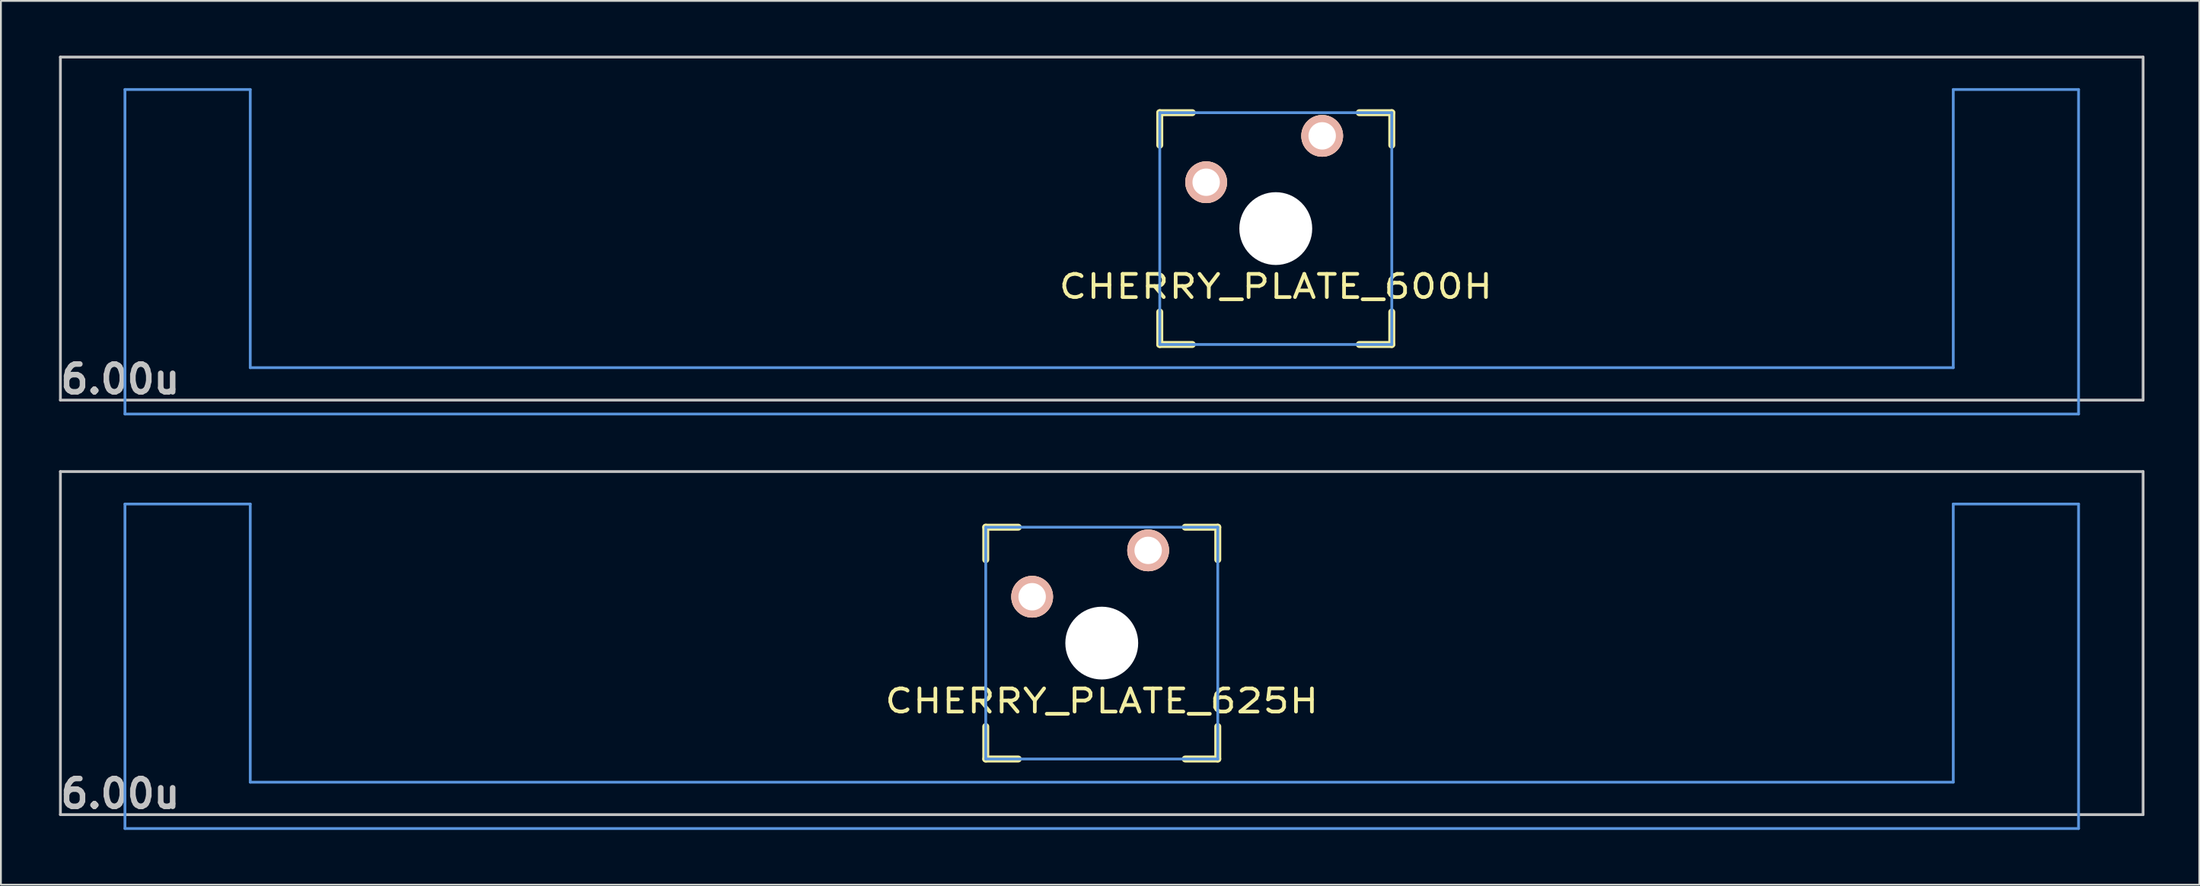
<source format=kicad_pcb>
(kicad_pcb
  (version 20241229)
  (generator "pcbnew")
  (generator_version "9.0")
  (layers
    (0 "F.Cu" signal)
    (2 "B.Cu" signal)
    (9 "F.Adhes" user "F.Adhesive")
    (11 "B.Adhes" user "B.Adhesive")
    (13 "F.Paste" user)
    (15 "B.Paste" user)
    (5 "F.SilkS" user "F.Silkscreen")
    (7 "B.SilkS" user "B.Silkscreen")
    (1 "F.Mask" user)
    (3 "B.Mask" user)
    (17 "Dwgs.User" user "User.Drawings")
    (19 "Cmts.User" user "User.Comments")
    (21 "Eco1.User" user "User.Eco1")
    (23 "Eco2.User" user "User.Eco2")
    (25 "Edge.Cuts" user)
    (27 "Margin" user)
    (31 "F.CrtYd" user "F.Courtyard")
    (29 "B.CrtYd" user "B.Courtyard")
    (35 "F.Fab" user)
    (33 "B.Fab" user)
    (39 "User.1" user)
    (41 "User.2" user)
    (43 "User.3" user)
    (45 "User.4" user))
  (footprint "CHERRY_PLATE_600H"
    (layer "F.Cu")
    (at 66.782 9.474)
    (property "Reference" "CHERRY_PLATE_600H" (at 0 3.175 0) (layer "F.SilkS") (effects (font (size 1.27 1.524) (thickness 0.203))))
    (attr through_hole)
    (fp_line (start -6.35 -6.35) (end -4.572 -6.35) (stroke (width 0.381) (type solid)) (layer "F.SilkS"))
    (fp_line (start -6.35 -4.572) (end -6.35 -6.35) (stroke (width 0.381) (type solid)) (layer "F.SilkS"))
    (fp_line (start -6.35 6.35) (end -6.35 4.572) (stroke (width 0.381) (type solid)) (layer "F.SilkS"))
    (fp_line (start -4.572 6.35) (end -6.35 6.35) (stroke (width 0.381) (type solid)) (layer "F.SilkS"))
    (fp_line (start 4.572 -6.35) (end 6.35 -6.35) (stroke (width 0.381) (type solid)) (layer "F.SilkS"))
    (fp_line (start 6.35 -6.35) (end 6.35 -4.572) (stroke (width 0.381) (type solid)) (layer "F.SilkS"))
    (fp_line (start 6.35 4.572) (end 6.35 6.35) (stroke (width 0.381) (type solid)) (layer "F.SilkS"))
    (fp_line (start 6.35 6.35) (end 4.572 6.35) (stroke (width 0.381) (type solid)) (layer "F.SilkS"))
    (fp_line (start -66.525 -9.398) (end 47.475 -9.398) (stroke (width 0.152) (type solid)) (layer "Dwgs.User"))
    (fp_line (start -66.525 9.398) (end -66.525 -9.398) (stroke (width 0.152) (type solid)) (layer "Dwgs.User"))
    (fp_line (start 47.475 -9.398) (end 47.475 9.398) (stroke (width 0.152) (type solid)) (layer "Dwgs.User"))
    (fp_line (start 47.475 9.398) (end -66.525 9.398) (stroke (width 0.152) (type solid)) (layer "Dwgs.User"))
    (fp_line (start -62.992 -7.62) (end -62.992 10.16) (stroke (width 0.152) (type solid)) (layer "Cmts.User"))
    (fp_line (start -62.992 10.16) (end 43.942 10.16) (stroke (width 0.152) (type solid)) (layer "Cmts.User"))
    (fp_line (start -56.134 -7.62) (end -62.992 -7.62) (stroke (width 0.152) (type solid)) (layer "Cmts.User"))
    (fp_line (start -56.134 7.62) (end -56.134 -7.62) (stroke (width 0.152) (type solid)) (layer "Cmts.User"))
    (fp_line (start -6.35 -6.35) (end 6.35 -6.35) (stroke (width 0.152) (type solid)) (layer "Cmts.User"))
    (fp_line (start -6.35 6.35) (end -6.35 -6.35) (stroke (width 0.152) (type solid)) (layer "Cmts.User"))
    (fp_line (start 6.35 -6.35) (end 6.35 6.35) (stroke (width 0.152) (type solid)) (layer "Cmts.User"))
    (fp_line (start 6.35 6.35) (end -6.35 6.35) (stroke (width 0.152) (type solid)) (layer "Cmts.User"))
    (fp_line (start 37.084 -7.62) (end 37.084 7.62) (stroke (width 0.152) (type solid)) (layer "Cmts.User"))
    (fp_line (start 37.084 7.62) (end -56.134 7.62) (stroke (width 0.152) (type solid)) (layer "Cmts.User"))
    (fp_line (start 43.942 -7.62) (end 37.084 -7.62) (stroke (width 0.152) (type solid)) (layer "Cmts.User"))
    (fp_line (start 43.942 10.16) (end 43.942 -7.62) (stroke (width 0.152) (type solid)) (layer "Cmts.User"))
    (fp_line (start -61.341 0.508) (end -61.341 -2.286) (stroke (width 0.152) (type solid)) (layer "Eco2.User"))
    (fp_line (start -60.477 -5.69) (end -53.823 -5.69) (stroke (width 0.152) (type solid)) (layer "Eco2.User"))
    (fp_line (start -60.477 -2.286) (end -61.341 -2.286) (stroke (width 0.152) (type solid)) (layer "Eco2.User"))
    (fp_line (start -60.477 -2.286) (end -60.477 -5.69) (stroke (width 0.152) (type solid)) (layer "Eco2.User"))
    (fp_line (start -60.477 0.508) (end -61.341 0.508) (stroke (width 0.152) (type solid)) (layer "Eco2.User"))
    (fp_line (start -60.477 6.604) (end -60.477 0.508) (stroke (width 0.152) (type solid)) (layer "Eco2.User"))
    (fp_line (start -60.477 6.604) (end -59.436 6.604) (stroke (width 0.152) (type solid)) (layer "Eco2.User"))
    (fp_line (start -59.436 7.772) (end -59.436 6.604) (stroke (width 0.152) (type solid)) (layer "Eco2.User"))
    (fp_line (start -54.864 6.604) (end -54.864 7.772) (stroke (width 0.152) (type solid)) (layer "Eco2.User"))
    (fp_line (start -54.864 7.772) (end -59.436 7.772) (stroke (width 0.152) (type solid)) (layer "Eco2.User"))
    (fp_line (start -53.823 -5.69) (end -53.823 -2.286) (stroke (width 0.152) (type solid)) (layer "Eco2.User"))
    (fp_line (start -53.823 -2.286) (end -6.985 -2.286) (stroke (width 0.152) (type solid)) (layer "Eco2.User"))
    (fp_line (start -53.823 2.286) (end -53.823 6.604) (stroke (width 0.152) (type solid)) (layer "Eco2.User"))
    (fp_line (start -53.823 6.604) (end -54.864 6.604) (stroke (width 0.152) (type solid)) (layer "Eco2.User"))
    (fp_line (start -6.985 -6.985) (end 6.985 -6.985) (stroke (width 0.152) (type solid)) (layer "Eco2.User"))
    (fp_line (start -6.985 -2.286) (end -6.985 -6.985) (stroke (width 0.152) (type solid)) (layer "Eco2.User"))
    (fp_line (start -6.985 2.286) (end -53.823 2.286) (stroke (width 0.152) (type solid)) (layer "Eco2.User"))
    (fp_line (start -6.985 6.985) (end -6.985 2.286) (stroke (width 0.152) (type solid)) (layer "Eco2.User"))
    (fp_line (start 6.985 -6.985) (end 6.985 -2.286) (stroke (width 0.152) (type solid)) (layer "Eco2.User"))
    (fp_line (start 6.985 -2.286) (end 34.773 -2.286) (stroke (width 0.152) (type solid)) (layer "Eco2.User"))
    (fp_line (start 6.985 2.286) (end 6.985 6.985) (stroke (width 0.152) (type solid)) (layer "Eco2.User"))
    (fp_line (start 6.985 6.985) (end -6.985 6.985) (stroke (width 0.152) (type solid)) (layer "Eco2.User"))
    (fp_line (start 34.773 -2.286) (end 34.773 -5.69) (stroke (width 0.152) (type solid)) (layer "Eco2.User"))
    (fp_line (start 34.773 2.286) (end 6.985 2.286) (stroke (width 0.152) (type solid)) (layer "Eco2.User"))
    (fp_line (start 34.773 6.604) (end 34.773 2.286) (stroke (width 0.152) (type solid)) (layer "Eco2.User"))
    (fp_line (start 34.773 6.604) (end 35.814 6.604) (stroke (width 0.152) (type solid)) (layer "Eco2.User"))
    (fp_line (start 35.814 7.772) (end 35.814 6.604) (stroke (width 0.152) (type solid)) (layer "Eco2.User"))
    (fp_line (start 40.386 6.604) (end 40.386 7.772) (stroke (width 0.152) (type solid)) (layer "Eco2.User"))
    (fp_line (start 40.386 7.772) (end 35.814 7.772) (stroke (width 0.152) (type solid)) (layer "Eco2.User"))
    (fp_line (start 41.427 -5.69) (end 34.773 -5.69) (stroke (width 0.152) (type solid)) (layer "Eco2.User"))
    (fp_line (start 41.427 -5.69) (end 41.427 -2.286) (stroke (width 0.152) (type solid)) (layer "Eco2.User"))
    (fp_line (start 41.427 -2.286) (end 42.291 -2.286) (stroke (width 0.152) (type solid)) (layer "Eco2.User"))
    (fp_line (start 41.427 0.508) (end 41.427 6.604) (stroke (width 0.152) (type solid)) (layer "Eco2.User"))
    (fp_line (start 41.427 6.604) (end 40.386 6.604) (stroke (width 0.152) (type solid)) (layer "Eco2.User"))
    (fp_line (start 42.291 -2.286) (end 42.291 0.508) (stroke (width 0.152) (type solid)) (layer "Eco2.User"))
    (fp_line (start 42.291 0.508) (end 41.427 0.508) (stroke (width 0.152) (type solid)) (layer "Eco2.User"))
    (fp_text user "6.00u" (at -63.248 8.255 0) (layer "Dwgs.User") (effects (font (size 1.524 1.524) (thickness 0.305))))
    (pad "" np_thru_hole circle (at 0 0) (size 3.988 3.988) (drill 3.988) (layers "*.Cu"))
    (pad "1" thru_hole circle (at 2.54 -5.08) (size 2.286 2.286) (drill 1.499) (layers "*.Cu" "*.SilkS" "*.Mask"))
    (pad "2" thru_hole circle (at -3.81 -2.54) (size 2.286 2.286) (drill 1.499) (layers "*.Cu" "*.SilkS" "*.Mask")))
  (footprint "CHERRY_PLATE_625H"
    (layer "F.Cu")
    (at 57.257 32.185)
    (property "Reference" "CHERRY_PLATE_625H" (at 0 3.175 0) (layer "F.SilkS") (effects (font (size 1.27 1.524) (thickness 0.203))))
    (attr through_hole)
    (fp_line (start -6.35 -6.35) (end -4.572 -6.35) (stroke (width 0.381) (type solid)) (layer "F.SilkS"))
    (fp_line (start -6.35 -4.572) (end -6.35 -6.35) (stroke (width 0.381) (type solid)) (layer "F.SilkS"))
    (fp_line (start -6.35 6.35) (end -6.35 4.572) (stroke (width 0.381) (type solid)) (layer "F.SilkS"))
    (fp_line (start -4.572 6.35) (end -6.35 6.35) (stroke (width 0.381) (type solid)) (layer "F.SilkS"))
    (fp_line (start 4.572 -6.35) (end 6.35 -6.35) (stroke (width 0.381) (type solid)) (layer "F.SilkS"))
    (fp_line (start 6.35 -6.35) (end 6.35 -4.572) (stroke (width 0.381) (type solid)) (layer "F.SilkS"))
    (fp_line (start 6.35 4.572) (end 6.35 6.35) (stroke (width 0.381) (type solid)) (layer "F.SilkS"))
    (fp_line (start 6.35 6.35) (end 4.572 6.35) (stroke (width 0.381) (type solid)) (layer "F.SilkS"))
    (fp_line (start -57 -9.398) (end 57 -9.398) (stroke (width 0.152) (type solid)) (layer "Dwgs.User"))
    (fp_line (start -57 9.398) (end -57 -9.398) (stroke (width 0.152) (type solid)) (layer "Dwgs.User"))
    (fp_line (start 57 -9.398) (end 57 9.398) (stroke (width 0.152) (type solid)) (layer "Dwgs.User"))
    (fp_line (start 57 9.398) (end -57 9.398) (stroke (width 0.152) (type solid)) (layer "Dwgs.User"))
    (fp_line (start -53.467 -7.62) (end -53.467 10.16) (stroke (width 0.152) (type solid)) (layer "Cmts.User"))
    (fp_line (start -53.467 10.16) (end 53.467 10.16) (stroke (width 0.152) (type solid)) (layer "Cmts.User"))
    (fp_line (start -46.609 -7.62) (end -53.467 -7.62) (stroke (width 0.152) (type solid)) (layer "Cmts.User"))
    (fp_line (start -46.609 7.62) (end -46.609 -7.62) (stroke (width 0.152) (type solid)) (layer "Cmts.User"))
    (fp_line (start -6.35 -6.35) (end 6.35 -6.35) (stroke (width 0.152) (type solid)) (layer "Cmts.User"))
    (fp_line (start -6.35 6.35) (end -6.35 -6.35) (stroke (width 0.152) (type solid)) (layer "Cmts.User"))
    (fp_line (start 6.35 -6.35) (end 6.35 6.35) (stroke (width 0.152) (type solid)) (layer "Cmts.User"))
    (fp_line (start 6.35 6.35) (end -6.35 6.35) (stroke (width 0.152) (type solid)) (layer "Cmts.User"))
    (fp_line (start 46.609 -7.62) (end 46.609 7.62) (stroke (width 0.152) (type solid)) (layer "Cmts.User"))
    (fp_line (start 46.609 7.62) (end -46.609 7.62) (stroke (width 0.152) (type solid)) (layer "Cmts.User"))
    (fp_line (start 53.467 -7.62) (end 46.609 -7.62) (stroke (width 0.152) (type solid)) (layer "Cmts.User"))
    (fp_line (start 53.467 10.16) (end 53.467 -7.62) (stroke (width 0.152) (type solid)) (layer "Cmts.User"))
    (fp_line (start -54.229 -2.286) (end -53.365 -2.286) (stroke (width 0.152) (type solid)) (layer "Eco2.User"))
    (fp_line (start -54.229 0.508) (end -54.229 -2.286) (stroke (width 0.152) (type solid)) (layer "Eco2.User"))
    (fp_line (start -53.365 -5.69) (end -46.711 -5.69) (stroke (width 0.152) (type solid)) (layer "Eco2.User"))
    (fp_line (start -53.365 -2.286) (end -53.365 -5.69) (stroke (width 0.152) (type solid)) (layer "Eco2.User"))
    (fp_line (start -53.365 0.508) (end -54.229 0.508) (stroke (width 0.152) (type solid)) (layer "Eco2.User"))
    (fp_line (start -53.365 6.604) (end -53.365 0.508) (stroke (width 0.152) (type solid)) (layer "Eco2.User"))
    (fp_line (start -52.324 6.604) (end -53.365 6.604) (stroke (width 0.152) (type solid)) (layer "Eco2.User"))
    (fp_line (start -52.324 7.772) (end -52.324 6.604) (stroke (width 0.152) (type solid)) (layer "Eco2.User"))
    (fp_line (start -47.752 6.604) (end -47.752 7.772) (stroke (width 0.152) (type solid)) (layer "Eco2.User"))
    (fp_line (start -47.752 7.772) (end -52.324 7.772) (stroke (width 0.152) (type solid)) (layer "Eco2.User"))
    (fp_line (start -46.711 -5.69) (end -46.711 -2.286) (stroke (width 0.152) (type solid)) (layer "Eco2.User"))
    (fp_line (start -46.711 -2.286) (end -6.985 -2.286) (stroke (width 0.152) (type solid)) (layer "Eco2.User"))
    (fp_line (start -46.711 2.286) (end -46.711 6.604) (stroke (width 0.152) (type solid)) (layer "Eco2.User"))
    (fp_line (start -46.711 6.604) (end -47.752 6.604) (stroke (width 0.152) (type solid)) (layer "Eco2.User"))
    (fp_line (start -6.985 -6.985) (end 6.985 -6.985) (stroke (width 0.152) (type solid)) (layer "Eco2.User"))
    (fp_line (start -6.985 -2.286) (end -6.985 -6.985) (stroke (width 0.152) (type solid)) (layer "Eco2.User"))
    (fp_line (start -6.985 2.286) (end -46.711 2.286) (stroke (width 0.152) (type solid)) (layer "Eco2.User"))
    (fp_line (start -6.985 6.985) (end -6.985 2.286) (stroke (width 0.152) (type solid)) (layer "Eco2.User"))
    (fp_line (start 6.985 -6.985) (end 6.985 -2.286) (stroke (width 0.152) (type solid)) (layer "Eco2.User"))
    (fp_line (start 6.985 -2.286) (end 46.711 -2.286) (stroke (width 0.152) (type solid)) (layer "Eco2.User"))
    (fp_line (start 6.985 2.286) (end 6.985 6.985) (stroke (width 0.152) (type solid)) (layer "Eco2.User"))
    (fp_line (start 6.985 6.985) (end -6.985 6.985) (stroke (width 0.152) (type solid)) (layer "Eco2.User"))
    (fp_line (start 46.711 -5.69) (end 53.365 -5.69) (stroke (width 0.152) (type solid)) (layer "Eco2.User"))
    (fp_line (start 46.711 -2.286) (end 46.711 -5.69) (stroke (width 0.152) (type solid)) (layer "Eco2.User"))
    (fp_line (start 46.711 2.286) (end 6.985 2.286) (stroke (width 0.152) (type solid)) (layer "Eco2.User"))
    (fp_line (start 46.711 6.604) (end 46.711 2.286) (stroke (width 0.152) (type solid)) (layer "Eco2.User"))
    (fp_line (start 47.752 6.604) (end 46.711 6.604) (stroke (width 0.152) (type solid)) (layer "Eco2.User"))
    (fp_line (start 47.752 7.772) (end 47.752 6.604) (stroke (width 0.152) (type solid)) (layer "Eco2.User"))
    (fp_line (start 52.324 6.604) (end 52.324 7.772) (stroke (width 0.152) (type solid)) (layer "Eco2.User"))
    (fp_line (start 52.324 7.772) (end 47.752 7.772) (stroke (width 0.152) (type solid)) (layer "Eco2.User"))
    (fp_line (start 53.365 -5.69) (end 53.365 -2.286) (stroke (width 0.152) (type solid)) (layer "Eco2.User"))
    (fp_line (start 53.365 -2.286) (end 54.229 -2.286) (stroke (width 0.152) (type solid)) (layer "Eco2.User"))
    (fp_line (start 53.365 0.508) (end 53.365 6.604) (stroke (width 0.152) (type solid)) (layer "Eco2.User"))
    (fp_line (start 53.365 6.604) (end 52.324 6.604) (stroke (width 0.152) (type solid)) (layer "Eco2.User"))
    (fp_line (start 54.229 -2.286) (end 54.229 0.508) (stroke (width 0.152) (type solid)) (layer "Eco2.User"))
    (fp_line (start 54.229 0.508) (end 53.365 0.508) (stroke (width 0.152) (type solid)) (layer "Eco2.User"))
    (fp_text user "6.00u" (at -53.723 8.255 0) (layer "Dwgs.User") (effects (font (size 1.524 1.524) (thickness 0.305))))
    (pad "" np_thru_hole circle (at 0 0) (size 3.988 3.988) (drill 3.988) (layers "*.Cu"))
    (pad "1" thru_hole circle (at 2.54 -5.08) (size 2.286 2.286) (drill 1.499) (layers "*.Cu" "*.SilkS" "*.Mask"))
    (pad "2" thru_hole circle (at -3.81 -2.54) (size 2.286 2.286) (drill 1.499) (layers "*.Cu" "*.SilkS" "*.Mask")))
  (gr_rect
    (start -3 -3)
    (end 117.333 45.421)
    (stroke (width 0.1) (type default))
    (fill no)
    (layer "Edge.Cuts")))
</source>
